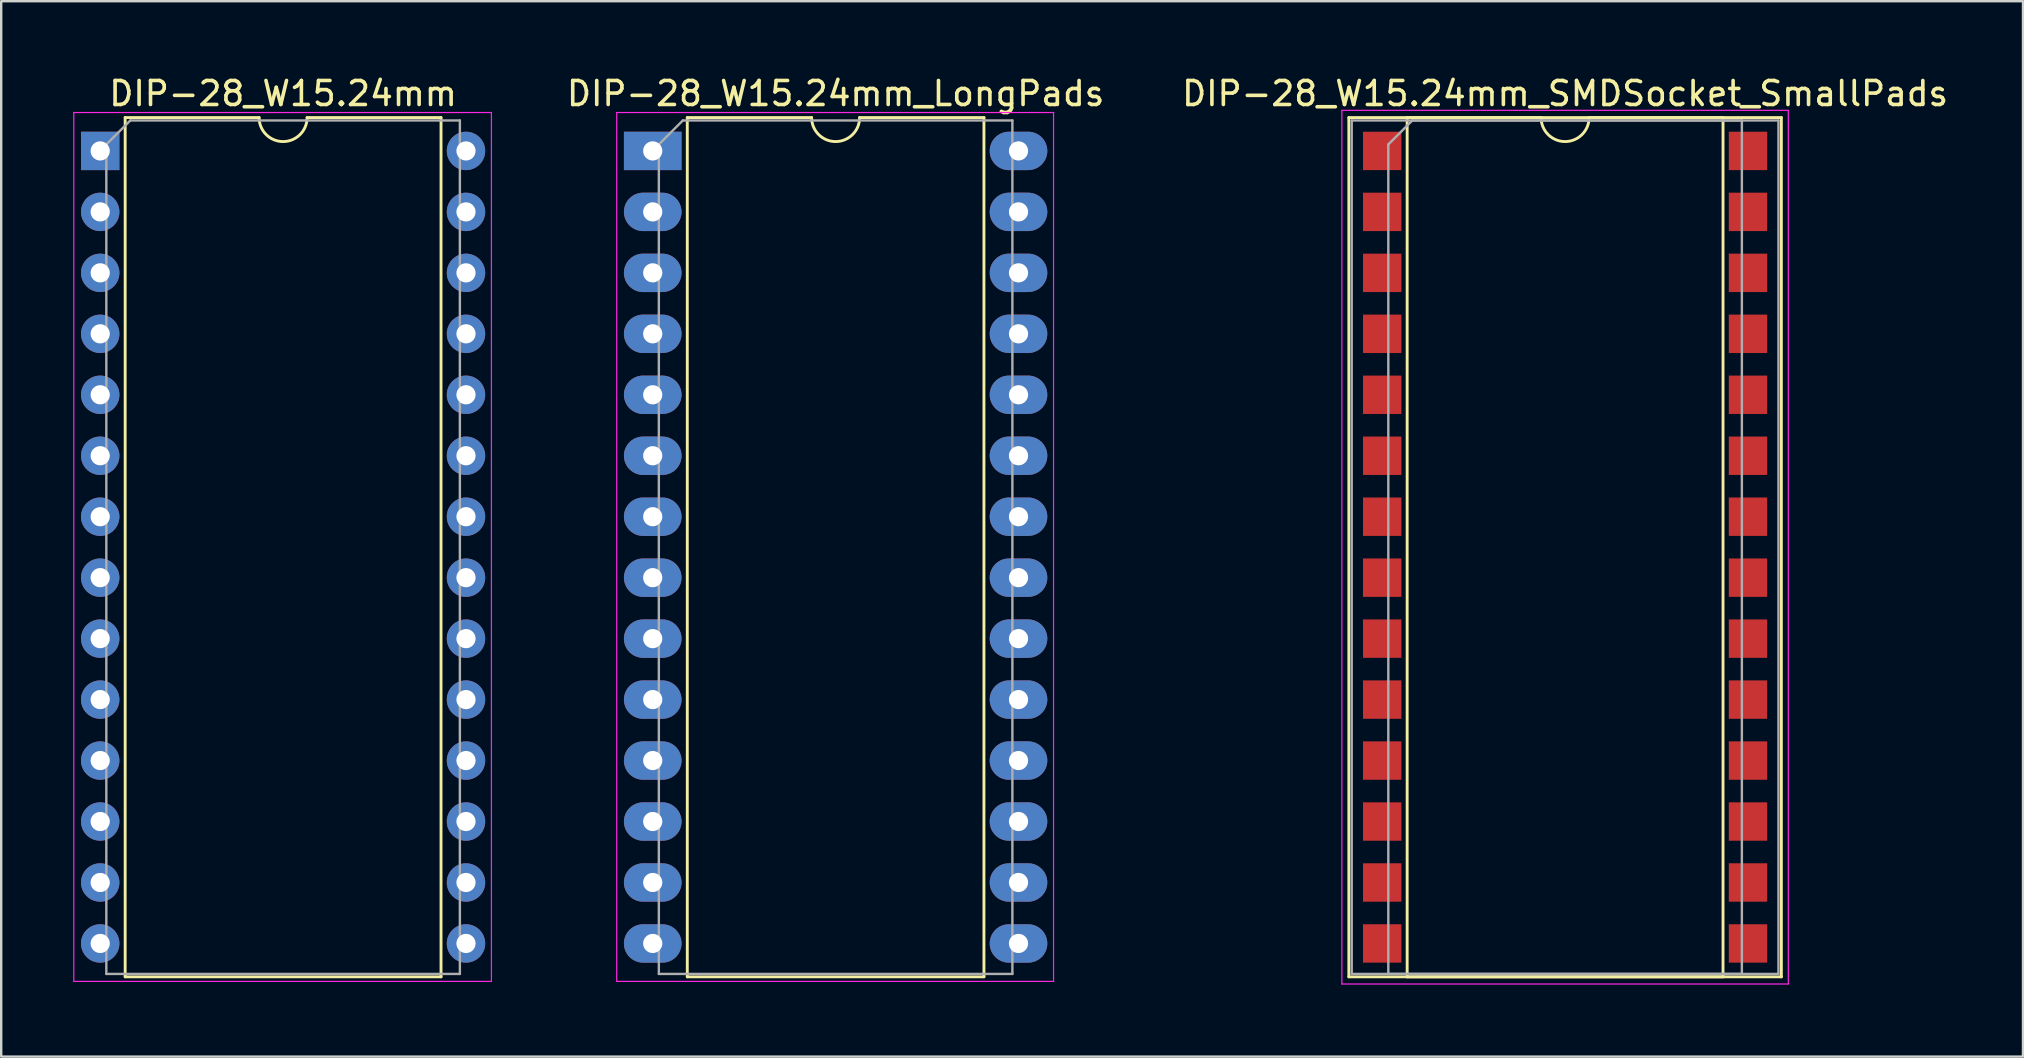
<source format=kicad_pcb>
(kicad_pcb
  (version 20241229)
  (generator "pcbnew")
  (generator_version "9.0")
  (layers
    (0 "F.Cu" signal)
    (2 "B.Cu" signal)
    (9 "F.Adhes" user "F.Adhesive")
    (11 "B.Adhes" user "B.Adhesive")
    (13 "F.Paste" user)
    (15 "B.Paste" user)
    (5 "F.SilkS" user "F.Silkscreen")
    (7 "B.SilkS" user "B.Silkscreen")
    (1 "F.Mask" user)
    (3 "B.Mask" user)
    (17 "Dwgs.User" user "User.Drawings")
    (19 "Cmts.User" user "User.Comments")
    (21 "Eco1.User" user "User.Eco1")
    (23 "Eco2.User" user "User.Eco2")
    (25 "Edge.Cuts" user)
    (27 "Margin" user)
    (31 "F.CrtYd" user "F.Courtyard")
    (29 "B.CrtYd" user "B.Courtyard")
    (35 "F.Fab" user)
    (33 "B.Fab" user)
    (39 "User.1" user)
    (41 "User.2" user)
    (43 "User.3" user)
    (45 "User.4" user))
  (footprint "DIP-28_W15.24mm_LongPads"
    (layer "F.Cu")
    (at 24.145 3.238)
    (property "Reference" "DIP-28_W15.24mm_LongPads" (at 7.62 -2.39 0) (layer "F.SilkS") (effects (font (size 1 1) (thickness 0.15))))
    (attr through_hole)
    (fp_line (start 1.44 -1.39) (end 1.44 34.41) (stroke (width 0.12) (type solid)) (layer "F.SilkS"))
    (fp_line (start 1.44 34.41) (end 13.8 34.41) (stroke (width 0.12) (type solid)) (layer "F.SilkS"))
    (fp_line (start 6.62 -1.39) (end 1.44 -1.39) (stroke (width 0.12) (type solid)) (layer "F.SilkS"))
    (fp_line (start 13.8 -1.39) (end 8.62 -1.39) (stroke (width 0.12) (type solid)) (layer "F.SilkS"))
    (fp_line (start 13.8 34.41) (end 13.8 -1.39) (stroke (width 0.12) (type solid)) (layer "F.SilkS"))
    (fp_arc (start 8.62 -1.39) (mid 7.62 -0.39) (end 6.62 -1.39) (stroke (width 0.12) (type solid)) (layer "F.SilkS"))
    (fp_line (start -1.5 -1.6) (end -1.5 34.6) (stroke (width 0.05) (type solid)) (layer "F.CrtYd"))
    (fp_line (start -1.5 34.6) (end 16.7 34.6) (stroke (width 0.05) (type solid)) (layer "F.CrtYd"))
    (fp_line (start 16.7 -1.6) (end -1.5 -1.6) (stroke (width 0.05) (type solid)) (layer "F.CrtYd"))
    (fp_line (start 16.7 34.6) (end 16.7 -1.6) (stroke (width 0.05) (type solid)) (layer "F.CrtYd"))
    (fp_line (start 0.255 -0.27) (end 1.255 -1.27) (stroke (width 0.1) (type solid)) (layer "F.Fab"))
    (fp_line (start 0.255 34.29) (end 0.255 -0.27) (stroke (width 0.1) (type solid)) (layer "F.Fab"))
    (fp_line (start 1.255 -1.27) (end 14.985 -1.27) (stroke (width 0.1) (type solid)) (layer "F.Fab"))
    (fp_line (start 14.985 -1.27) (end 14.985 34.29) (stroke (width 0.1) (type solid)) (layer "F.Fab"))
    (fp_line (start 14.985 34.29) (end 0.255 34.29) (stroke (width 0.1) (type solid)) (layer "F.Fab"))
    (pad "1" thru_hole rect (at 0 0) (size 2.4 1.6) (drill 0.8) (layers "*.Cu" "*.Mask"))
    (pad "2" thru_hole oval (at 0 2.54) (size 2.4 1.6) (drill 0.8) (layers "*.Cu" "*.Mask"))
    (pad "3" thru_hole oval (at 0 5.08) (size 2.4 1.6) (drill 0.8) (layers "*.Cu" "*.Mask"))
    (pad "4" thru_hole oval (at 0 7.62) (size 2.4 1.6) (drill 0.8) (layers "*.Cu" "*.Mask"))
    (pad "5" thru_hole oval (at 0 10.16) (size 2.4 1.6) (drill 0.8) (layers "*.Cu" "*.Mask"))
    (pad "6" thru_hole oval (at 0 12.7) (size 2.4 1.6) (drill 0.8) (layers "*.Cu" "*.Mask"))
    (pad "7" thru_hole oval (at 0 15.24) (size 2.4 1.6) (drill 0.8) (layers "*.Cu" "*.Mask"))
    (pad "8" thru_hole oval (at 0 17.78) (size 2.4 1.6) (drill 0.8) (layers "*.Cu" "*.Mask"))
    (pad "9" thru_hole oval (at 0 20.32) (size 2.4 1.6) (drill 0.8) (layers "*.Cu" "*.Mask"))
    (pad "10" thru_hole oval (at 0 22.86) (size 2.4 1.6) (drill 0.8) (layers "*.Cu" "*.Mask"))
    (pad "11" thru_hole oval (at 0 25.4) (size 2.4 1.6) (drill 0.8) (layers "*.Cu" "*.Mask"))
    (pad "12" thru_hole oval (at 0 27.94) (size 2.4 1.6) (drill 0.8) (layers "*.Cu" "*.Mask"))
    (pad "13" thru_hole oval (at 0 30.48) (size 2.4 1.6) (drill 0.8) (layers "*.Cu" "*.Mask"))
    (pad "14" thru_hole oval (at 0 33.02) (size 2.4 1.6) (drill 0.8) (layers "*.Cu" "*.Mask"))
    (pad "15" thru_hole oval (at 15.24 33.02) (size 2.4 1.6) (drill 0.8) (layers "*.Cu" "*.Mask"))
    (pad "16" thru_hole oval (at 15.24 30.48) (size 2.4 1.6) (drill 0.8) (layers "*.Cu" "*.Mask"))
    (pad "17" thru_hole oval (at 15.24 27.94) (size 2.4 1.6) (drill 0.8) (layers "*.Cu" "*.Mask"))
    (pad "18" thru_hole oval (at 15.24 25.4) (size 2.4 1.6) (drill 0.8) (layers "*.Cu" "*.Mask"))
    (pad "19" thru_hole oval (at 15.24 22.86) (size 2.4 1.6) (drill 0.8) (layers "*.Cu" "*.Mask"))
    (pad "20" thru_hole oval (at 15.24 20.32) (size 2.4 1.6) (drill 0.8) (layers "*.Cu" "*.Mask"))
    (pad "21" thru_hole oval (at 15.24 17.78) (size 2.4 1.6) (drill 0.8) (layers "*.Cu" "*.Mask"))
    (pad "22" thru_hole oval (at 15.24 15.24) (size 2.4 1.6) (drill 0.8) (layers "*.Cu" "*.Mask"))
    (pad "23" thru_hole oval (at 15.24 12.7) (size 2.4 1.6) (drill 0.8) (layers "*.Cu" "*.Mask"))
    (pad "24" thru_hole oval (at 15.24 10.16) (size 2.4 1.6) (drill 0.8) (layers "*.Cu" "*.Mask"))
    (pad "25" thru_hole oval (at 15.24 7.62) (size 2.4 1.6) (drill 0.8) (layers "*.Cu" "*.Mask"))
    (pad "26" thru_hole oval (at 15.24 5.08) (size 2.4 1.6) (drill 0.8) (layers "*.Cu" "*.Mask"))
    (pad "27" thru_hole oval (at 15.24 2.54) (size 2.4 1.6) (drill 0.8) (layers "*.Cu" "*.Mask"))
    (pad "28" thru_hole oval (at 15.24 0) (size 2.4 1.6) (drill 0.8) (layers "*.Cu" "*.Mask")))
  (footprint "DIP-28_W15.24mm_SMDSocket_SmallPads"
    (layer "F.Cu")
    (at 62.158 19.748)
    (property "Reference" "DIP-28_W15.24mm_SMDSocket_SmallPads" (at 0 -18.9 0) (layer "F.SilkS") (effects (font (size 1 1) (thickness 0.15))))
    (attr smd)
    (fp_line (start -9.01 -17.9) (end -9.01 17.9) (stroke (width 0.12) (type solid)) (layer "F.SilkS"))
    (fp_line (start -9.01 17.9) (end 9.01 17.9) (stroke (width 0.12) (type solid)) (layer "F.SilkS"))
    (fp_line (start -6.58 -17.9) (end -6.58 17.9) (stroke (width 0.12) (type solid)) (layer "F.SilkS"))
    (fp_line (start -6.58 17.9) (end 6.58 17.9) (stroke (width 0.12) (type solid)) (layer "F.SilkS"))
    (fp_line (start -1 -17.9) (end -6.58 -17.9) (stroke (width 0.12) (type solid)) (layer "F.SilkS"))
    (fp_line (start 6.58 -17.9) (end 1 -17.9) (stroke (width 0.12) (type solid)) (layer "F.SilkS"))
    (fp_line (start 6.58 17.9) (end 6.58 -17.9) (stroke (width 0.12) (type solid)) (layer "F.SilkS"))
    (fp_line (start 9.01 -17.9) (end -9.01 -17.9) (stroke (width 0.12) (type solid)) (layer "F.SilkS"))
    (fp_line (start 9.01 17.9) (end 9.01 -17.9) (stroke (width 0.12) (type solid)) (layer "F.SilkS"))
    (fp_arc (start 1 -17.9) (mid 0 -16.9) (end -1 -17.9) (stroke (width 0.12) (type solid)) (layer "F.SilkS"))
    (fp_line (start -9.3 -18.2) (end -9.3 18.2) (stroke (width 0.05) (type solid)) (layer "F.CrtYd"))
    (fp_line (start -9.3 18.2) (end 9.3 18.2) (stroke (width 0.05) (type solid)) (layer "F.CrtYd"))
    (fp_line (start 9.3 -18.2) (end -9.3 -18.2) (stroke (width 0.05) (type solid)) (layer "F.CrtYd"))
    (fp_line (start 9.3 18.2) (end 9.3 -18.2) (stroke (width 0.05) (type solid)) (layer "F.CrtYd"))
    (fp_line (start -8.89 -17.78) (end -8.89 17.78) (stroke (width 0.1) (type solid)) (layer "F.Fab"))
    (fp_line (start -8.89 17.78) (end 8.89 17.78) (stroke (width 0.1) (type solid)) (layer "F.Fab"))
    (fp_line (start -7.365 -16.78) (end -6.365 -17.78) (stroke (width 0.1) (type solid)) (layer "F.Fab"))
    (fp_line (start -7.365 17.78) (end -7.365 -16.78) (stroke (width 0.1) (type solid)) (layer "F.Fab"))
    (fp_line (start -6.365 -17.78) (end 7.365 -17.78) (stroke (width 0.1) (type solid)) (layer "F.Fab"))
    (fp_line (start 7.365 -17.78) (end 7.365 17.78) (stroke (width 0.1) (type solid)) (layer "F.Fab"))
    (fp_line (start 7.365 17.78) (end -7.365 17.78) (stroke (width 0.1) (type solid)) (layer "F.Fab"))
    (fp_line (start 8.89 -17.78) (end -8.89 -17.78) (stroke (width 0.1) (type solid)) (layer "F.Fab"))
    (fp_line (start 8.89 17.78) (end 8.89 -17.78) (stroke (width 0.1) (type solid)) (layer "F.Fab"))
    (pad "1" smd rect (at -7.62 -16.51) (size 1.6 1.6) (layers "F.Cu" "F.Mask"))
    (pad "2" smd rect (at -7.62 -13.97) (size 1.6 1.6) (layers "F.Cu" "F.Mask"))
    (pad "3" smd rect (at -7.62 -11.43) (size 1.6 1.6) (layers "F.Cu" "F.Mask"))
    (pad "4" smd rect (at -7.62 -8.89) (size 1.6 1.6) (layers "F.Cu" "F.Mask"))
    (pad "5" smd rect (at -7.62 -6.35) (size 1.6 1.6) (layers "F.Cu" "F.Mask"))
    (pad "6" smd rect (at -7.62 -3.81) (size 1.6 1.6) (layers "F.Cu" "F.Mask"))
    (pad "7" smd rect (at -7.62 -1.27) (size 1.6 1.6) (layers "F.Cu" "F.Mask"))
    (pad "8" smd rect (at -7.62 1.27) (size 1.6 1.6) (layers "F.Cu" "F.Mask"))
    (pad "9" smd rect (at -7.62 3.81) (size 1.6 1.6) (layers "F.Cu" "F.Mask"))
    (pad "10" smd rect (at -7.62 6.35) (size 1.6 1.6) (layers "F.Cu" "F.Mask"))
    (pad "11" smd rect (at -7.62 8.89) (size 1.6 1.6) (layers "F.Cu" "F.Mask"))
    (pad "12" smd rect (at -7.62 11.43) (size 1.6 1.6) (layers "F.Cu" "F.Mask"))
    (pad "13" smd rect (at -7.62 13.97) (size 1.6 1.6) (layers "F.Cu" "F.Mask"))
    (pad "14" smd rect (at -7.62 16.51) (size 1.6 1.6) (layers "F.Cu" "F.Mask"))
    (pad "15" smd rect (at 7.62 16.51) (size 1.6 1.6) (layers "F.Cu" "F.Mask"))
    (pad "16" smd rect (at 7.62 13.97) (size 1.6 1.6) (layers "F.Cu" "F.Mask"))
    (pad "17" smd rect (at 7.62 11.43) (size 1.6 1.6) (layers "F.Cu" "F.Mask"))
    (pad "18" smd rect (at 7.62 8.89) (size 1.6 1.6) (layers "F.Cu" "F.Mask"))
    (pad "19" smd rect (at 7.62 6.35) (size 1.6 1.6) (layers "F.Cu" "F.Mask"))
    (pad "20" smd rect (at 7.62 3.81) (size 1.6 1.6) (layers "F.Cu" "F.Mask"))
    (pad "21" smd rect (at 7.62 1.27) (size 1.6 1.6) (layers "F.Cu" "F.Mask"))
    (pad "22" smd rect (at 7.62 -1.27) (size 1.6 1.6) (layers "F.Cu" "F.Mask"))
    (pad "23" smd rect (at 7.62 -3.81) (size 1.6 1.6) (layers "F.Cu" "F.Mask"))
    (pad "24" smd rect (at 7.62 -6.35) (size 1.6 1.6) (layers "F.Cu" "F.Mask"))
    (pad "25" smd rect (at 7.62 -8.89) (size 1.6 1.6) (layers "F.Cu" "F.Mask"))
    (pad "26" smd rect (at 7.62 -11.43) (size 1.6 1.6) (layers "F.Cu" "F.Mask"))
    (pad "27" smd rect (at 7.62 -13.97) (size 1.6 1.6) (layers "F.Cu" "F.Mask"))
    (pad "28" smd rect (at 7.62 -16.51) (size 1.6 1.6) (layers "F.Cu" "F.Mask")))
  (footprint "DIP-28_W15.24mm"
    (layer "F.Cu")
    (at 1.125 3.238)
    (property "Reference" "DIP-28_W15.24mm" (at 7.62 -2.39 0) (layer "F.SilkS") (effects (font (size 1 1) (thickness 0.15))))
    (attr through_hole)
    (fp_line (start 1.04 -1.39) (end 1.04 34.41) (stroke (width 0.12) (type solid)) (layer "F.SilkS"))
    (fp_line (start 1.04 34.41) (end 14.2 34.41) (stroke (width 0.12) (type solid)) (layer "F.SilkS"))
    (fp_line (start 6.62 -1.39) (end 1.04 -1.39) (stroke (width 0.12) (type solid)) (layer "F.SilkS"))
    (fp_line (start 14.2 -1.39) (end 8.62 -1.39) (stroke (width 0.12) (type solid)) (layer "F.SilkS"))
    (fp_line (start 14.2 34.41) (end 14.2 -1.39) (stroke (width 0.12) (type solid)) (layer "F.SilkS"))
    (fp_arc (start 8.62 -1.39) (mid 7.62 -0.39) (end 6.62 -1.39) (stroke (width 0.12) (type solid)) (layer "F.SilkS"))
    (fp_line (start -1.1 -1.6) (end -1.1 34.6) (stroke (width 0.05) (type solid)) (layer "F.CrtYd"))
    (fp_line (start -1.1 34.6) (end 16.3 34.6) (stroke (width 0.05) (type solid)) (layer "F.CrtYd"))
    (fp_line (start 16.3 -1.6) (end -1.1 -1.6) (stroke (width 0.05) (type solid)) (layer "F.CrtYd"))
    (fp_line (start 16.3 34.6) (end 16.3 -1.6) (stroke (width 0.05) (type solid)) (layer "F.CrtYd"))
    (fp_line (start 0.255 -0.27) (end 1.255 -1.27) (stroke (width 0.1) (type solid)) (layer "F.Fab"))
    (fp_line (start 0.255 34.29) (end 0.255 -0.27) (stroke (width 0.1) (type solid)) (layer "F.Fab"))
    (fp_line (start 1.255 -1.27) (end 14.985 -1.27) (stroke (width 0.1) (type solid)) (layer "F.Fab"))
    (fp_line (start 14.985 -1.27) (end 14.985 34.29) (stroke (width 0.1) (type solid)) (layer "F.Fab"))
    (fp_line (start 14.985 34.29) (end 0.255 34.29) (stroke (width 0.1) (type solid)) (layer "F.Fab"))
    (pad "1" thru_hole rect (at 0 0) (size 1.6 1.6) (drill 0.8) (layers "*.Cu" "*.Mask"))
    (pad "2" thru_hole oval (at 0 2.54) (size 1.6 1.6) (drill 0.8) (layers "*.Cu" "*.Mask"))
    (pad "3" thru_hole oval (at 0 5.08) (size 1.6 1.6) (drill 0.8) (layers "*.Cu" "*.Mask"))
    (pad "4" thru_hole oval (at 0 7.62) (size 1.6 1.6) (drill 0.8) (layers "*.Cu" "*.Mask"))
    (pad "5" thru_hole oval (at 0 10.16) (size 1.6 1.6) (drill 0.8) (layers "*.Cu" "*.Mask"))
    (pad "6" thru_hole oval (at 0 12.7) (size 1.6 1.6) (drill 0.8) (layers "*.Cu" "*.Mask"))
    (pad "7" thru_hole oval (at 0 15.24) (size 1.6 1.6) (drill 0.8) (layers "*.Cu" "*.Mask"))
    (pad "8" thru_hole oval (at 0 17.78) (size 1.6 1.6) (drill 0.8) (layers "*.Cu" "*.Mask"))
    (pad "9" thru_hole oval (at 0 20.32) (size 1.6 1.6) (drill 0.8) (layers "*.Cu" "*.Mask"))
    (pad "10" thru_hole oval (at 0 22.86) (size 1.6 1.6) (drill 0.8) (layers "*.Cu" "*.Mask"))
    (pad "11" thru_hole oval (at 0 25.4) (size 1.6 1.6) (drill 0.8) (layers "*.Cu" "*.Mask"))
    (pad "12" thru_hole oval (at 0 27.94) (size 1.6 1.6) (drill 0.8) (layers "*.Cu" "*.Mask"))
    (pad "13" thru_hole oval (at 0 30.48) (size 1.6 1.6) (drill 0.8) (layers "*.Cu" "*.Mask"))
    (pad "14" thru_hole oval (at 0 33.02) (size 1.6 1.6) (drill 0.8) (layers "*.Cu" "*.Mask"))
    (pad "15" thru_hole oval (at 15.24 33.02) (size 1.6 1.6) (drill 0.8) (layers "*.Cu" "*.Mask"))
    (pad "16" thru_hole oval (at 15.24 30.48) (size 1.6 1.6) (drill 0.8) (layers "*.Cu" "*.Mask"))
    (pad "17" thru_hole oval (at 15.24 27.94) (size 1.6 1.6) (drill 0.8) (layers "*.Cu" "*.Mask"))
    (pad "18" thru_hole oval (at 15.24 25.4) (size 1.6 1.6) (drill 0.8) (layers "*.Cu" "*.Mask"))
    (pad "19" thru_hole oval (at 15.24 22.86) (size 1.6 1.6) (drill 0.8) (layers "*.Cu" "*.Mask"))
    (pad "20" thru_hole oval (at 15.24 20.32) (size 1.6 1.6) (drill 0.8) (layers "*.Cu" "*.Mask"))
    (pad "21" thru_hole oval (at 15.24 17.78) (size 1.6 1.6) (drill 0.8) (layers "*.Cu" "*.Mask"))
    (pad "22" thru_hole oval (at 15.24 15.24) (size 1.6 1.6) (drill 0.8) (layers "*.Cu" "*.Mask"))
    (pad "23" thru_hole oval (at 15.24 12.7) (size 1.6 1.6) (drill 0.8) (layers "*.Cu" "*.Mask"))
    (pad "24" thru_hole oval (at 15.24 10.16) (size 1.6 1.6) (drill 0.8) (layers "*.Cu" "*.Mask"))
    (pad "25" thru_hole oval (at 15.24 7.62) (size 1.6 1.6) (drill 0.8) (layers "*.Cu" "*.Mask"))
    (pad "26" thru_hole oval (at 15.24 5.08) (size 1.6 1.6) (drill 0.8) (layers "*.Cu" "*.Mask"))
    (pad "27" thru_hole oval (at 15.24 2.54) (size 1.6 1.6) (drill 0.8) (layers "*.Cu" "*.Mask"))
    (pad "28" thru_hole oval (at 15.24 0) (size 1.6 1.6) (drill 0.8) (layers "*.Cu" "*.Mask")))
  (gr_rect
    (start -3 -3)
    (end 81.236 40.973)
    (stroke (width 0.1) (type default))
    (fill no)
    (layer "Edge.Cuts")))
</source>
